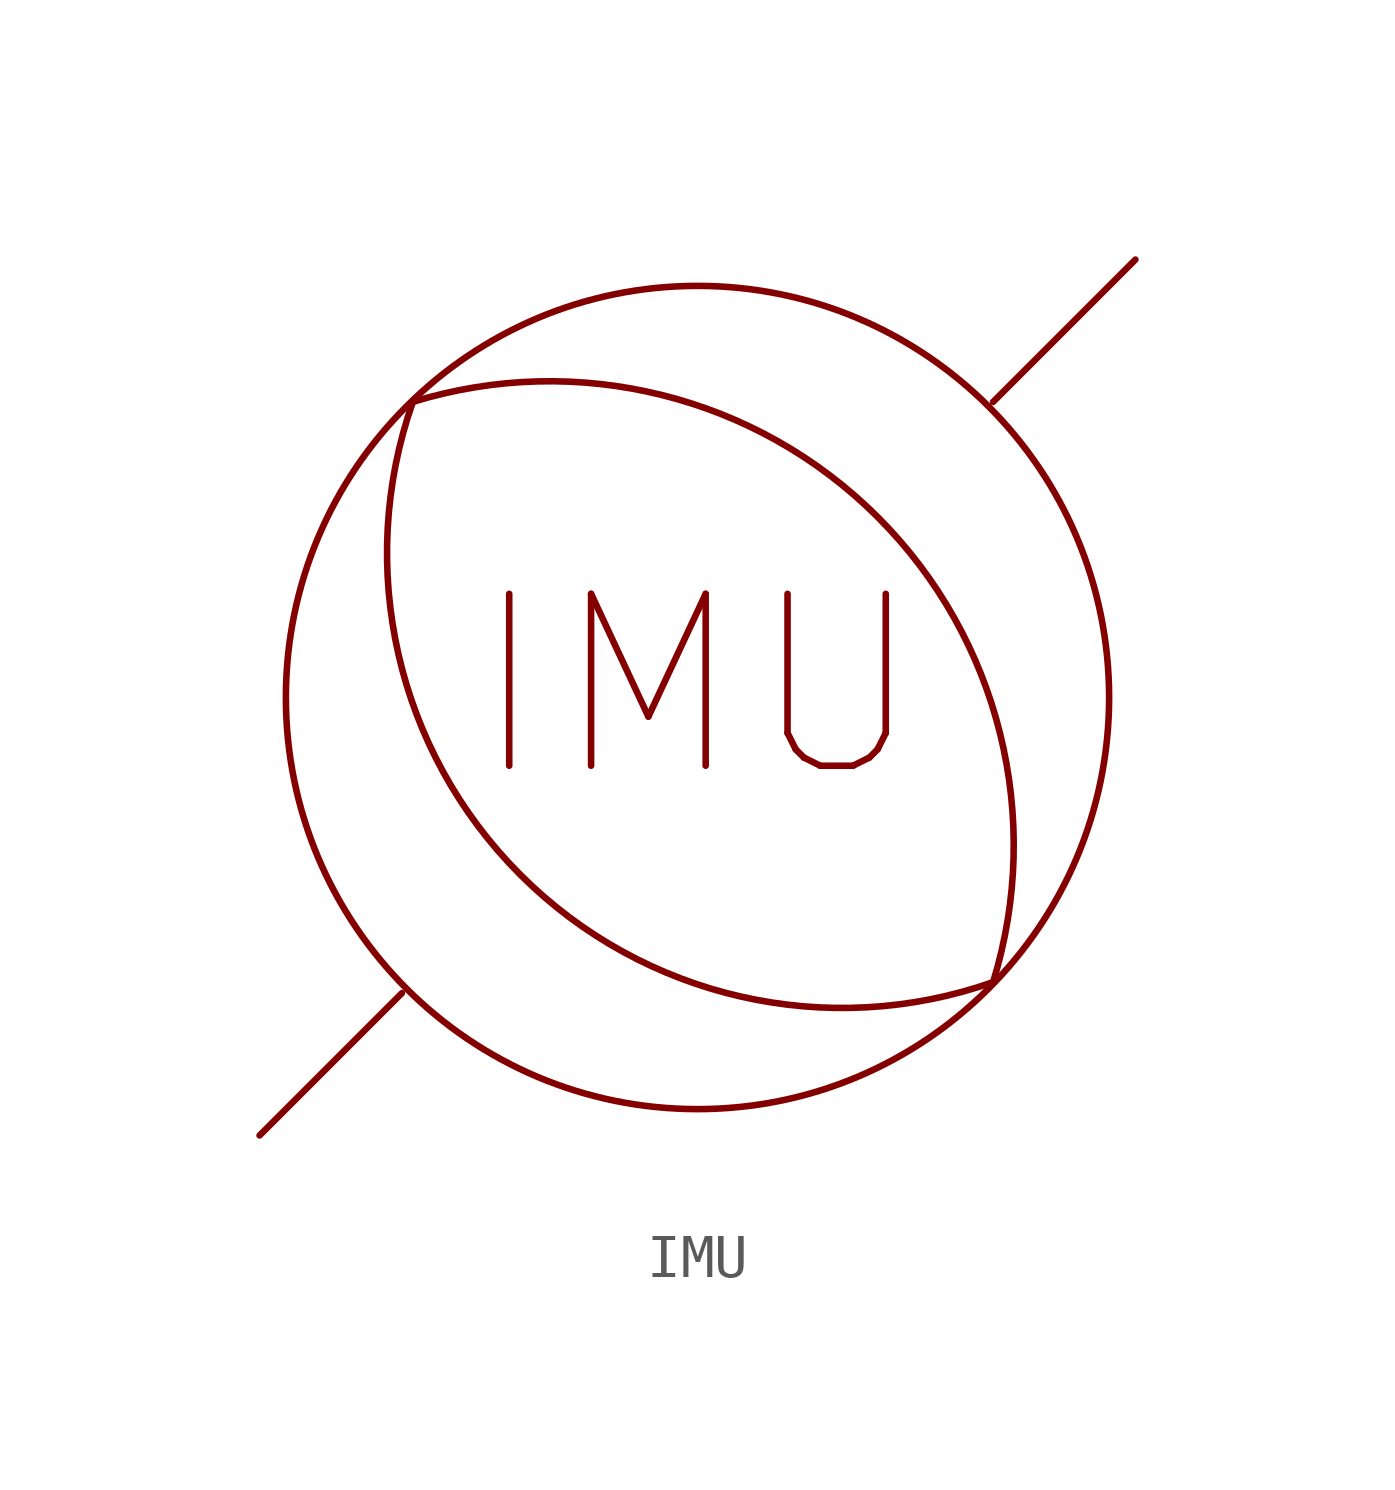
<source format=kicad_sym>
(kicad_symbol_lib
  (version 20211014)
  (generator kicad_symbol_editor)
  (symbol "IMU"
    (pin_names
      (offset 1.016))
    (property "Reference" "U"
      (at 0 15.494 0)
      (effects (font (size 1.27 1.27)) hide))
    (symbol "IMU_0_0"
      (arc (start -6.604 6.858) (mid -4.1113 -4.1113) (end 6.858 -6.604) (stroke (width 0) (type default) (color 0 0 0 0)) (fill (type none)))
      (polyline (pts (xy -10.16 -10.16) (xy -6.858 -6.858)) (stroke (width 0) (type default) (color 0 0 0 0)) (fill (type none)))
      (polyline (pts (xy 10.16 10.16) (xy 6.858 6.858)) (stroke (width 0) (type default) (color 0 0 0 0)) (fill (type none)))
      (arc (start 6.858 -6.604) (mid 4.1836 4.1836) (end -6.604 6.858) (stroke (width 0) (type default) (color 0 0 0 0)) (fill (type none)))
      (text "IMU" (at 0 0.254 0) (effects (font (size 3.988 3.988)))))
    (symbol "IMU_0_1"
      (circle (center 0 0) (radius 9.55) (stroke (width 0) (type default) (color 0 0 0 0)) (fill (type none))))))
</source>
